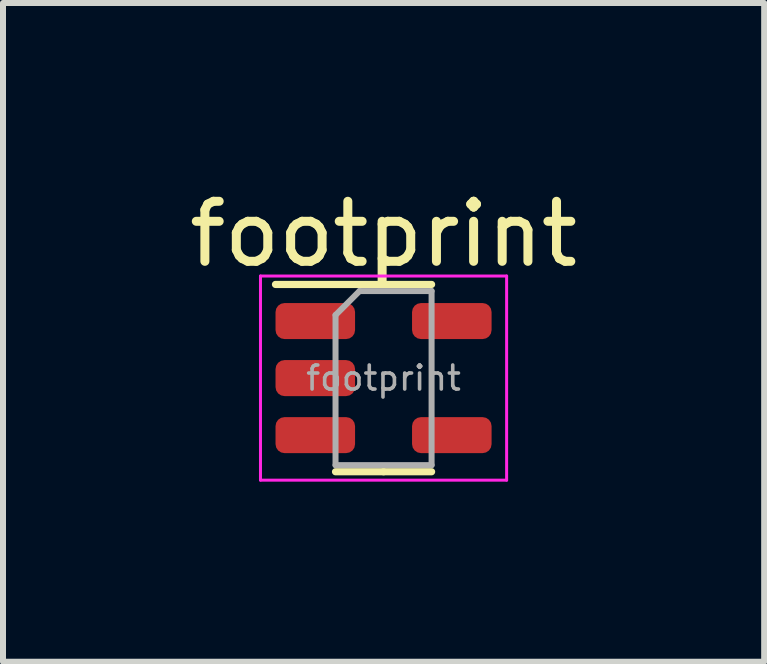
<source format=kicad_pcb>
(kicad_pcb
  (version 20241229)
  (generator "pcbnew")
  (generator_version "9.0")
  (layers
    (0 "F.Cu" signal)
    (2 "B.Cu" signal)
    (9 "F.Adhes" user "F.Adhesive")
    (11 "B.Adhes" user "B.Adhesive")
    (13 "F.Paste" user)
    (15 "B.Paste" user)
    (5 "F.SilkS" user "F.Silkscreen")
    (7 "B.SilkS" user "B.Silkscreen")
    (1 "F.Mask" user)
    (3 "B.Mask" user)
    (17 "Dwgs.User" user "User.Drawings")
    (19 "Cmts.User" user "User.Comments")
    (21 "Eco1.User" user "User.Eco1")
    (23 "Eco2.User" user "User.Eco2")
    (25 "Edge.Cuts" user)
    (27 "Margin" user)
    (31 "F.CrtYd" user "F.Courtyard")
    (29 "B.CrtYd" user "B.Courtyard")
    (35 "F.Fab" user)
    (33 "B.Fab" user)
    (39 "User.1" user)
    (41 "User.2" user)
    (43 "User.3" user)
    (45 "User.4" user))
  (footprint "footprint"
    (layer "F.Cu")
    (at 3.339 3.248)
    (property "Reference" "footprint" (at 0 -2.4 0) (layer "F.SilkS") (effects (font (size 1 1) (thickness 0.15))))
    (attr smd)
    (fp_line (start 0 -1.56) (end -1.8 -1.56) (stroke (width 0.12) (type solid)) (layer "F.SilkS"))
    (fp_line (start 0 -1.56) (end 0.8 -1.56) (stroke (width 0.12) (type solid)) (layer "F.SilkS"))
    (fp_line (start 0 1.56) (end -0.8 1.56) (stroke (width 0.12) (type solid)) (layer "F.SilkS"))
    (fp_line (start 0 1.56) (end 0.8 1.56) (stroke (width 0.12) (type solid)) (layer "F.SilkS"))
    (fp_line (start -2.05 -1.7) (end -2.05 1.7) (stroke (width 0.05) (type solid)) (layer "F.CrtYd"))
    (fp_line (start -2.05 1.7) (end 2.05 1.7) (stroke (width 0.05) (type solid)) (layer "F.CrtYd"))
    (fp_line (start 2.05 -1.7) (end -2.05 -1.7) (stroke (width 0.05) (type solid)) (layer "F.CrtYd"))
    (fp_line (start 2.05 1.7) (end 2.05 -1.7) (stroke (width 0.05) (type solid)) (layer "F.CrtYd"))
    (fp_line (start -0.8 -1.05) (end -0.4 -1.45) (stroke (width 0.1) (type solid)) (layer "F.Fab"))
    (fp_line (start -0.8 1.45) (end -0.8 -1.05) (stroke (width 0.1) (type solid)) (layer "F.Fab"))
    (fp_line (start -0.4 -1.45) (end 0.8 -1.45) (stroke (width 0.1) (type solid)) (layer "F.Fab"))
    (fp_line (start 0.8 -1.45) (end 0.8 1.45) (stroke (width 0.1) (type solid)) (layer "F.Fab"))
    (fp_line (start 0.8 1.45) (end -0.8 1.45) (stroke (width 0.1) (type solid)) (layer "F.Fab"))
    (fp_text user "${REFERENCE}" (at 0 0 0) (layer "F.Fab") (effects (font (size 0.4 0.4) (thickness 0.06))))
    (pad "1" smd roundrect (at -1.137 -0.95) (size 1.325 0.6) (layers "F.Cu" "F.Mask" "F.Paste") (roundrect_rratio 0.25))
    (pad "2" smd roundrect (at -1.137 0) (size 1.325 0.6) (layers "F.Cu" "F.Mask" "F.Paste") (roundrect_rratio 0.25))
    (pad "3" smd roundrect (at -1.137 0.95) (size 1.325 0.6) (layers "F.Cu" "F.Mask" "F.Paste") (roundrect_rratio 0.25))
    (pad "4" smd roundrect (at 1.137 0.95) (size 1.325 0.6) (layers "F.Cu" "F.Mask" "F.Paste") (roundrect_rratio 0.25))
    (pad "5" smd roundrect (at 1.137 -0.95) (size 1.325 0.6) (layers "F.Cu" "F.Mask" "F.Paste") (roundrect_rratio 0.25)))
  (gr_rect
    (start -3 -3)
    (end 9.679 7.973)
    (stroke (width 0.1) (type default))
    (fill no)
    (layer "Edge.Cuts")))
</source>
